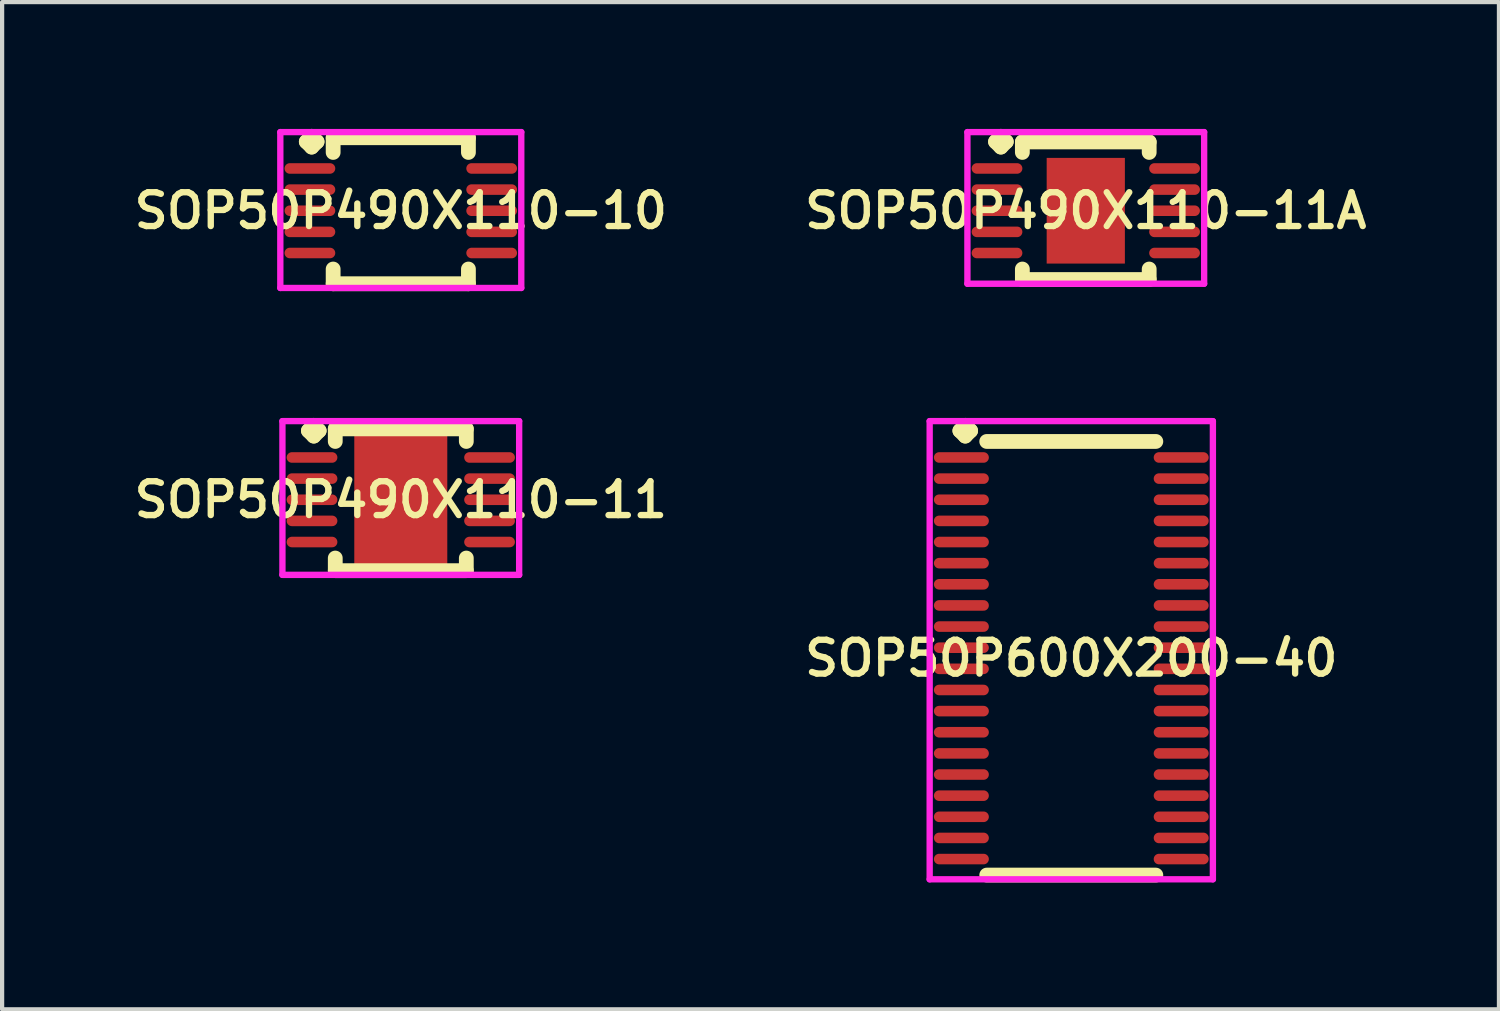
<source format=kicad_pcb>
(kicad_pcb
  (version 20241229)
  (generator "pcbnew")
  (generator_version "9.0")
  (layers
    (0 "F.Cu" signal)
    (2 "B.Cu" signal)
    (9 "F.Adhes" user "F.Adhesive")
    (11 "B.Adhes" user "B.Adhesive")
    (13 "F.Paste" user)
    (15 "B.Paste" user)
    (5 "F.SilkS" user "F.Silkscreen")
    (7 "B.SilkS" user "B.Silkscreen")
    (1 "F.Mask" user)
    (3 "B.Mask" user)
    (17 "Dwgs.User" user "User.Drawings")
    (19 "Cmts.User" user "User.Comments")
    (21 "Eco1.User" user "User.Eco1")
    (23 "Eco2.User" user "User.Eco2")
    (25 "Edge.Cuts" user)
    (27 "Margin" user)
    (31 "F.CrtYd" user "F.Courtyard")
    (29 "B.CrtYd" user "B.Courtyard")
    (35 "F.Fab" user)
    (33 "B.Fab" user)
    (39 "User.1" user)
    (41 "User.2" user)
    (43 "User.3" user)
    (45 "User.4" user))
  (footprint "SOP50P600X200-40"
    (layer "F.Cu")
    (at 22.292 12.522)
    (property "Reference" "SOP50P600X200-40" (at 0 0 0) (layer "F.SilkS") (effects (font (size 0.8 0.8) (thickness 0.15))))
    (attr smd)
    (fp_line (start -2.635 -5.383) (end -2.508 -5.51) (stroke (width 0.35) (type solid)) (layer "F.SilkS"))
    (fp_line (start -2.508 -5.51) (end -2.381 -5.383) (stroke (width 0.35) (type solid)) (layer "F.SilkS"))
    (fp_line (start -2.508 -5.256) (end -2.635 -5.383) (stroke (width 0.35) (type solid)) (layer "F.SilkS"))
    (fp_line (start -2.381 -5.383) (end -2.508 -5.256) (stroke (width 0.35) (type solid)) (layer "F.SilkS"))
    (fp_line (start -2 -5.129) (end 2 -5.129) (stroke (width 0.35) (type solid)) (layer "F.SilkS"))
    (fp_line (start -2 5.129) (end 2 5.129) (stroke (width 0.35) (type solid)) (layer "F.SilkS"))
    (fp_line (start -3.35 -5.61) (end 3.35 -5.61) (stroke (width 0.15) (type solid)) (layer "F.CrtYd"))
    (fp_line (start -3.35 5.229) (end -3.35 -5.61) (stroke (width 0.15) (type solid)) (layer "F.CrtYd"))
    (fp_line (start 3.35 -5.61) (end 3.35 5.229) (stroke (width 0.15) (type solid)) (layer "F.CrtYd"))
    (fp_line (start 3.35 5.229) (end -3.35 5.229) (stroke (width 0.15) (type solid)) (layer "F.CrtYd"))
    (pad "1" smd oval (at -2.6 -4.75) (size 1.3 0.25) (layers "F.Cu" "F.Mask" "F.Paste"))
    (pad "2" smd oval (at -2.6 -4.25) (size 1.3 0.25) (layers "F.Cu" "F.Mask" "F.Paste"))
    (pad "3" smd oval (at -2.6 -3.75) (size 1.3 0.25) (layers "F.Cu" "F.Mask" "F.Paste"))
    (pad "4" smd oval (at -2.6 -3.25) (size 1.3 0.25) (layers "F.Cu" "F.Mask" "F.Paste"))
    (pad "5" smd oval (at -2.6 -2.75) (size 1.3 0.25) (layers "F.Cu" "F.Mask" "F.Paste"))
    (pad "6" smd oval (at -2.6 -2.25) (size 1.3 0.25) (layers "F.Cu" "F.Mask" "F.Paste"))
    (pad "7" smd oval (at -2.6 -1.75) (size 1.3 0.25) (layers "F.Cu" "F.Mask" "F.Paste"))
    (pad "8" smd oval (at -2.6 -1.25) (size 1.3 0.25) (layers "F.Cu" "F.Mask" "F.Paste"))
    (pad "9" smd oval (at -2.6 -0.75) (size 1.3 0.25) (layers "F.Cu" "F.Mask" "F.Paste"))
    (pad "10" smd oval (at -2.6 -0.25) (size 1.3 0.25) (layers "F.Cu" "F.Mask" "F.Paste"))
    (pad "11" smd oval (at -2.6 0.25) (size 1.3 0.25) (layers "F.Cu" "F.Mask" "F.Paste"))
    (pad "12" smd oval (at -2.6 0.75) (size 1.3 0.25) (layers "F.Cu" "F.Mask" "F.Paste"))
    (pad "13" smd oval (at -2.6 1.25) (size 1.3 0.25) (layers "F.Cu" "F.Mask" "F.Paste"))
    (pad "14" smd oval (at -2.6 1.75) (size 1.3 0.25) (layers "F.Cu" "F.Mask" "F.Paste"))
    (pad "15" smd oval (at -2.6 2.25) (size 1.3 0.25) (layers "F.Cu" "F.Mask" "F.Paste"))
    (pad "16" smd oval (at -2.6 2.75) (size 1.3 0.25) (layers "F.Cu" "F.Mask" "F.Paste"))
    (pad "17" smd oval (at -2.6 3.25) (size 1.3 0.25) (layers "F.Cu" "F.Mask" "F.Paste"))
    (pad "18" smd oval (at -2.6 3.75) (size 1.3 0.25) (layers "F.Cu" "F.Mask" "F.Paste"))
    (pad "19" smd oval (at -2.6 4.25) (size 1.3 0.25) (layers "F.Cu" "F.Mask" "F.Paste"))
    (pad "20" smd oval (at -2.6 4.75) (size 1.3 0.25) (layers "F.Cu" "F.Mask" "F.Paste"))
    (pad "21" smd oval (at 2.6 4.75) (size 1.3 0.25) (layers "F.Cu" "F.Mask" "F.Paste"))
    (pad "22" smd oval (at 2.6 4.25) (size 1.3 0.25) (layers "F.Cu" "F.Mask" "F.Paste"))
    (pad "23" smd oval (at 2.6 3.75) (size 1.3 0.25) (layers "F.Cu" "F.Mask" "F.Paste"))
    (pad "24" smd oval (at 2.6 3.25) (size 1.3 0.25) (layers "F.Cu" "F.Mask" "F.Paste"))
    (pad "25" smd oval (at 2.6 2.75) (size 1.3 0.25) (layers "F.Cu" "F.Mask" "F.Paste"))
    (pad "26" smd oval (at 2.6 2.25) (size 1.3 0.25) (layers "F.Cu" "F.Mask" "F.Paste"))
    (pad "27" smd oval (at 2.6 1.75) (size 1.3 0.25) (layers "F.Cu" "F.Mask" "F.Paste"))
    (pad "28" smd oval (at 2.6 1.25) (size 1.3 0.25) (layers "F.Cu" "F.Mask" "F.Paste"))
    (pad "29" smd oval (at 2.6 0.75) (size 1.3 0.25) (layers "F.Cu" "F.Mask" "F.Paste"))
    (pad "30" smd oval (at 2.6 0.25) (size 1.3 0.25) (layers "F.Cu" "F.Mask" "F.Paste"))
    (pad "31" smd oval (at 2.6 -0.25) (size 1.3 0.25) (layers "F.Cu" "F.Mask" "F.Paste"))
    (pad "32" smd oval (at 2.6 -0.75) (size 1.3 0.25) (layers "F.Cu" "F.Mask" "F.Paste"))
    (pad "33" smd oval (at 2.6 -1.25) (size 1.3 0.25) (layers "F.Cu" "F.Mask" "F.Paste"))
    (pad "34" smd oval (at 2.6 -1.75) (size 1.3 0.25) (layers "F.Cu" "F.Mask" "F.Paste"))
    (pad "35" smd oval (at 2.6 -2.25) (size 1.3 0.25) (layers "F.Cu" "F.Mask" "F.Paste"))
    (pad "36" smd oval (at 2.6 -2.75) (size 1.3 0.25) (layers "F.Cu" "F.Mask" "F.Paste"))
    (pad "37" smd oval (at 2.6 -3.25) (size 1.3 0.25) (layers "F.Cu" "F.Mask" "F.Paste"))
    (pad "38" smd oval (at 2.6 -3.75) (size 1.3 0.25) (layers "F.Cu" "F.Mask" "F.Paste"))
    (pad "39" smd oval (at 2.6 -4.25) (size 1.3 0.25) (layers "F.Cu" "F.Mask" "F.Paste"))
    (pad "40" smd oval (at 2.6 -4.75) (size 1.3 0.25) (layers "F.Cu" "F.Mask" "F.Paste")))
  (footprint "SOP50P490X110-10"
    (layer "F.Cu")
    (at 6.431 1.935)
    (property "Reference" "SOP50P490X110-10" (at 0 0 0) (layer "F.SilkS") (effects (font (size 0.8 0.8) (thickness 0.15))))
    (attr smd)
    (fp_line (start -2.235 -1.633) (end -2.108 -1.76) (stroke (width 0.35) (type solid)) (layer "F.SilkS"))
    (fp_line (start -2.108 -1.76) (end -1.981 -1.633) (stroke (width 0.35) (type solid)) (layer "F.SilkS"))
    (fp_line (start -2.108 -1.506) (end -2.235 -1.633) (stroke (width 0.35) (type solid)) (layer "F.SilkS"))
    (fp_line (start -1.981 -1.633) (end -2.108 -1.506) (stroke (width 0.35) (type solid)) (layer "F.SilkS"))
    (fp_line (start -1.6 -1.727) (end 1.6 -1.727) (stroke (width 0.35) (type solid)) (layer "F.SilkS"))
    (fp_line (start -1.6 -1.379) (end -1.6 -1.727) (stroke (width 0.35) (type solid)) (layer "F.SilkS"))
    (fp_line (start -1.6 1.379) (end -1.6 1.727) (stroke (width 0.35) (type solid)) (layer "F.SilkS"))
    (fp_line (start -1.6 1.727) (end 1.6 1.727) (stroke (width 0.35) (type solid)) (layer "F.SilkS"))
    (fp_line (start 1.6 -1.727) (end 1.6 -1.379) (stroke (width 0.35) (type solid)) (layer "F.SilkS"))
    (fp_line (start 1.6 1.727) (end 1.6 1.379) (stroke (width 0.35) (type solid)) (layer "F.SilkS"))
    (fp_line (start -2.85 -1.86) (end 2.85 -1.86) (stroke (width 0.15) (type solid)) (layer "F.CrtYd"))
    (fp_line (start -2.85 1.827) (end -2.85 -1.86) (stroke (width 0.15) (type solid)) (layer "F.CrtYd"))
    (fp_line (start 2.85 -1.86) (end 2.85 1.827) (stroke (width 0.15) (type solid)) (layer "F.CrtYd"))
    (fp_line (start 2.85 1.827) (end -2.85 1.827) (stroke (width 0.15) (type solid)) (layer "F.CrtYd"))
    (pad "1" smd oval (at -2.15 -1) (size 1.2 0.25) (layers "F.Cu" "F.Mask" "F.Paste"))
    (pad "2" smd oval (at -2.15 -0.5) (size 1.2 0.25) (layers "F.Cu" "F.Mask" "F.Paste"))
    (pad "3" smd oval (at -2.15 0) (size 1.2 0.25) (layers "F.Cu" "F.Mask" "F.Paste"))
    (pad "4" smd oval (at -2.15 0.5) (size 1.2 0.25) (layers "F.Cu" "F.Mask" "F.Paste"))
    (pad "5" smd oval (at -2.15 1) (size 1.2 0.25) (layers "F.Cu" "F.Mask" "F.Paste"))
    (pad "6" smd oval (at 2.15 1) (size 1.2 0.25) (layers "F.Cu" "F.Mask" "F.Paste"))
    (pad "7" smd oval (at 2.15 0.5) (size 1.2 0.25) (layers "F.Cu" "F.Mask" "F.Paste"))
    (pad "8" smd oval (at 2.15 0) (size 1.2 0.25) (layers "F.Cu" "F.Mask" "F.Paste"))
    (pad "9" smd oval (at 2.15 -0.5) (size 1.2 0.25) (layers "F.Cu" "F.Mask" "F.Paste"))
    (pad "10" smd oval (at 2.15 -1) (size 1.2 0.25) (layers "F.Cu" "F.Mask" "F.Paste")))
  (footprint "SOP50P490X110-11A"
    (layer "F.Cu")
    (at 22.635 1.935)
    (property "Reference" "SOP50P490X110-11A" (at 0 0 0) (layer "F.SilkS") (effects (font (size 0.8 0.8) (thickness 0.15))))
    (attr through_hole)
    (fp_line (start -2.135 -1.633) (end -2.008 -1.76) (stroke (width 0.35) (type solid)) (layer "F.SilkS"))
    (fp_line (start -2.008 -1.76) (end -1.881 -1.633) (stroke (width 0.35) (type solid)) (layer "F.SilkS"))
    (fp_line (start -2.008 -1.506) (end -2.135 -1.633) (stroke (width 0.35) (type solid)) (layer "F.SilkS"))
    (fp_line (start -1.881 -1.633) (end -2.008 -1.506) (stroke (width 0.35) (type solid)) (layer "F.SilkS"))
    (fp_line (start -1.5 -1.627) (end 1.5 -1.627) (stroke (width 0.35) (type solid)) (layer "F.SilkS"))
    (fp_line (start -1.5 -1.379) (end -1.5 -1.627) (stroke (width 0.35) (type solid)) (layer "F.SilkS"))
    (fp_line (start -1.5 1.379) (end -1.5 1.627) (stroke (width 0.35) (type solid)) (layer "F.SilkS"))
    (fp_line (start -1.5 1.627) (end 1.5 1.627) (stroke (width 0.35) (type solid)) (layer "F.SilkS"))
    (fp_line (start 1.5 -1.627) (end 1.5 -1.379) (stroke (width 0.35) (type solid)) (layer "F.SilkS"))
    (fp_line (start 1.5 1.627) (end 1.5 1.379) (stroke (width 0.35) (type solid)) (layer "F.SilkS"))
    (fp_line (start -2.8 -1.86) (end 2.8 -1.86) (stroke (width 0.15) (type solid)) (layer "F.CrtYd"))
    (fp_line (start -2.8 1.727) (end -2.8 -1.86) (stroke (width 0.15) (type solid)) (layer "F.CrtYd"))
    (fp_line (start 2.8 -1.86) (end 2.8 1.727) (stroke (width 0.15) (type solid)) (layer "F.CrtYd"))
    (fp_line (start 2.8 1.727) (end -2.8 1.727) (stroke (width 0.15) (type solid)) (layer "F.CrtYd"))
    (pad "1" smd oval (at -2.1 -1) (size 1.2 0.25) (layers "F.Cu" "F.Mask" "F.Paste"))
    (pad "2" smd oval (at -2.1 -0.5) (size 1.2 0.25) (layers "F.Cu" "F.Mask" "F.Paste"))
    (pad "3" smd oval (at -2.1 0) (size 1.2 0.25) (layers "F.Cu" "F.Mask" "F.Paste"))
    (pad "4" smd oval (at -2.1 0.5) (size 1.2 0.25) (layers "F.Cu" "F.Mask" "F.Paste"))
    (pad "5" smd oval (at -2.1 1) (size 1.2 0.25) (layers "F.Cu" "F.Mask" "F.Paste"))
    (pad "6" smd oval (at 2.1 1) (size 1.2 0.25) (layers "F.Cu" "F.Mask" "F.Paste"))
    (pad "7" smd oval (at 2.1 0.5) (size 1.2 0.25) (layers "F.Cu" "F.Mask" "F.Paste"))
    (pad "8" smd oval (at 2.1 0) (size 1.2 0.25) (layers "F.Cu" "F.Mask" "F.Paste"))
    (pad "9" smd oval (at 2.1 -0.5) (size 1.2 0.25) (layers "F.Cu" "F.Mask" "F.Paste"))
    (pad "10" smd oval (at 2.1 -1) (size 1.2 0.25) (layers "F.Cu" "F.Mask" "F.Paste"))
    (pad "11" smd rect (at 0 0) (size 1.85 2.5) (layers "F.Cu" "F.Mask" "F.Paste")))
  (footprint "SOP50P490X110-11"
    (layer "F.Cu")
    (at 6.431 8.772)
    (property "Reference" "SOP50P490X110-11" (at 0 0 0) (layer "F.SilkS") (effects (font (size 0.8 0.8) (thickness 0.15))))
    (attr through_hole)
    (fp_line (start -2.185 -1.633) (end -2.058 -1.76) (stroke (width 0.35) (type solid)) (layer "F.SilkS"))
    (fp_line (start -2.058 -1.76) (end -1.931 -1.633) (stroke (width 0.35) (type solid)) (layer "F.SilkS"))
    (fp_line (start -2.058 -1.506) (end -2.185 -1.633) (stroke (width 0.35) (type solid)) (layer "F.SilkS"))
    (fp_line (start -1.931 -1.633) (end -2.058 -1.506) (stroke (width 0.35) (type solid)) (layer "F.SilkS"))
    (fp_line (start -1.55 -1.677) (end 1.55 -1.677) (stroke (width 0.35) (type solid)) (layer "F.SilkS"))
    (fp_line (start -1.55 -1.379) (end -1.55 -1.677) (stroke (width 0.35) (type solid)) (layer "F.SilkS"))
    (fp_line (start -1.55 1.379) (end -1.55 1.677) (stroke (width 0.35) (type solid)) (layer "F.SilkS"))
    (fp_line (start -1.55 1.677) (end 1.55 1.677) (stroke (width 0.35) (type solid)) (layer "F.SilkS"))
    (fp_line (start 1.55 -1.677) (end 1.55 -1.379) (stroke (width 0.35) (type solid)) (layer "F.SilkS"))
    (fp_line (start 1.55 1.677) (end 1.55 1.379) (stroke (width 0.35) (type solid)) (layer "F.SilkS"))
    (fp_line (start -2.8 -1.86) (end 2.8 -1.86) (stroke (width 0.15) (type solid)) (layer "F.CrtYd"))
    (fp_line (start -2.8 1.777) (end -2.8 -1.86) (stroke (width 0.15) (type solid)) (layer "F.CrtYd"))
    (fp_line (start 2.8 -1.86) (end 2.8 1.777) (stroke (width 0.15) (type solid)) (layer "F.CrtYd"))
    (fp_line (start 2.8 1.777) (end -2.8 1.777) (stroke (width 0.15) (type solid)) (layer "F.CrtYd"))
    (pad "1" smd oval (at -2.1 -1) (size 1.2 0.25) (layers "F.Cu" "F.Mask" "F.Paste"))
    (pad "2" smd oval (at -2.1 -0.5) (size 1.2 0.25) (layers "F.Cu" "F.Mask" "F.Paste"))
    (pad "3" smd oval (at -2.1 0) (size 1.2 0.25) (layers "F.Cu" "F.Mask" "F.Paste"))
    (pad "4" smd oval (at -2.1 0.5) (size 1.2 0.25) (layers "F.Cu" "F.Mask" "F.Paste"))
    (pad "5" smd oval (at -2.1 1) (size 1.2 0.25) (layers "F.Cu" "F.Mask" "F.Paste"))
    (pad "6" smd oval (at 2.1 1) (size 1.2 0.25) (layers "F.Cu" "F.Mask" "F.Paste"))
    (pad "7" smd oval (at 2.1 0.5) (size 1.2 0.25) (layers "F.Cu" "F.Mask" "F.Paste"))
    (pad "8" smd oval (at 2.1 0) (size 1.2 0.25) (layers "F.Cu" "F.Mask" "F.Paste"))
    (pad "9" smd oval (at 2.1 -0.5) (size 1.2 0.25) (layers "F.Cu" "F.Mask" "F.Paste"))
    (pad "10" smd oval (at 2.1 -1) (size 1.2 0.25) (layers "F.Cu" "F.Mask" "F.Paste"))
    (pad "11" smd rect (at 0 0) (size 2.2 3.1) (layers "F.Cu" "F.Mask" "F.Paste")))
  (gr_rect
    (start -3 -3)
    (end 32.409 20.826)
    (stroke (width 0.1) (type default))
    (fill no)
    (layer "Edge.Cuts")))
</source>
